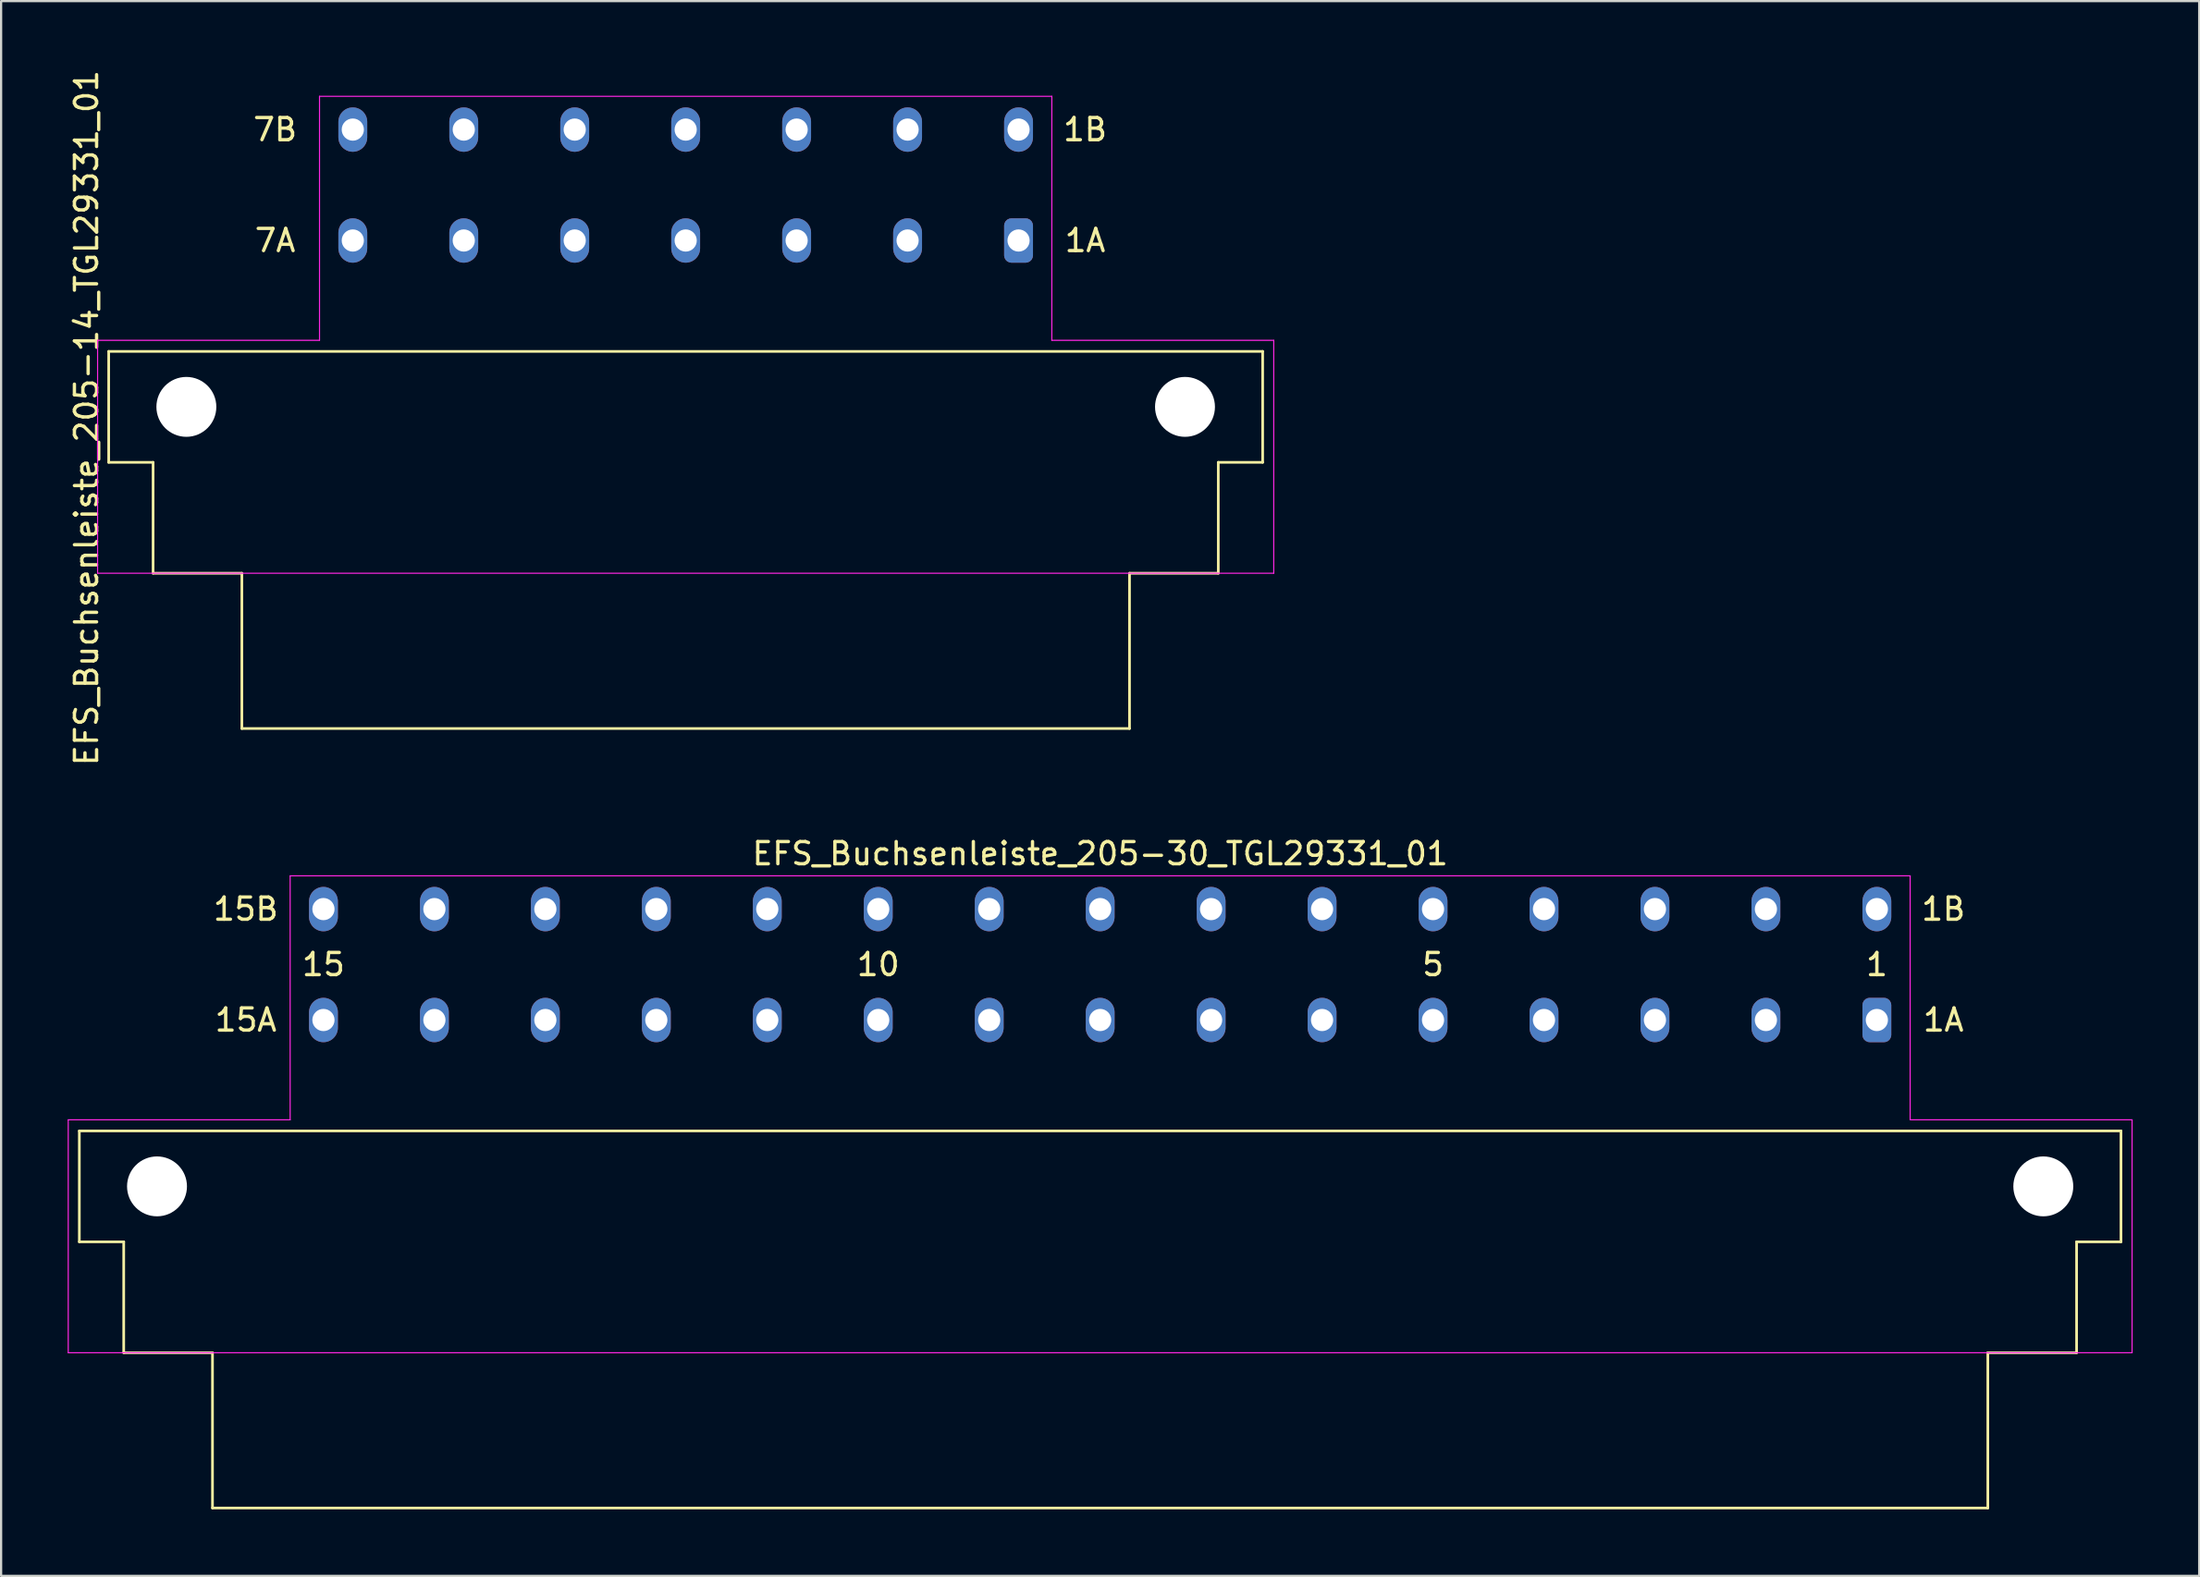
<source format=kicad_pcb>
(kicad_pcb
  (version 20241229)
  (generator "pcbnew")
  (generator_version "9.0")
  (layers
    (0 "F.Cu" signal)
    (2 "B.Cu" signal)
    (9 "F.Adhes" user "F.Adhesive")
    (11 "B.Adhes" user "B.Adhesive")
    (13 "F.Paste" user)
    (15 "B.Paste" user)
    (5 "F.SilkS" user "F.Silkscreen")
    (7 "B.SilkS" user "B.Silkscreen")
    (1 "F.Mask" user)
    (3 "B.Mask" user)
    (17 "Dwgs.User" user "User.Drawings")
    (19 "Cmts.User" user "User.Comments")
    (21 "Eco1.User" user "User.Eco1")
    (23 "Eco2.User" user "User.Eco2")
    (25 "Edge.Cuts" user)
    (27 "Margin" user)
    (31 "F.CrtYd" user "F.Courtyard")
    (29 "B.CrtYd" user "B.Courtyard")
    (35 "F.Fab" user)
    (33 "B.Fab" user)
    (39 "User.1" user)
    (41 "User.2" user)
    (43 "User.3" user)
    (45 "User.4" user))
  (footprint "EFS_Buchsenleiste_205-14_TGL29331_01"
    (layer "F.Cu")
    (at 27.848 20.292)
    (property "Reference" "EFS_Buchsenleiste_205-14_TGL29331_01" (at -27 -4.5 90) (layer "F.SilkS") (effects (font (size 1 1) (thickness 0.15))))
    (attr through_hole)
    (fp_line (start -26 -7.5) (end -26 -2.5) (stroke (width 0.12) (type solid)) (layer "F.SilkS"))
    (fp_line (start -26 -7.5) (end 26 -7.5) (stroke (width 0.12) (type solid)) (layer "F.SilkS"))
    (fp_line (start -26 -2.5) (end -24 -2.5) (stroke (width 0.12) (type solid)) (layer "F.SilkS"))
    (fp_line (start -24 -2.5) (end -24 2.5) (stroke (width 0.12) (type solid)) (layer "F.SilkS"))
    (fp_line (start -24 2.5) (end -20 2.5) (stroke (width 0.12) (type solid)) (layer "F.SilkS"))
    (fp_line (start -20 2.5) (end -20 9.5) (stroke (width 0.12) (type solid)) (layer "F.SilkS"))
    (fp_line (start -20 9.5) (end 20 9.5) (stroke (width 0.12) (type solid)) (layer "F.SilkS"))
    (fp_line (start 20 2.5) (end 24 2.5) (stroke (width 0.12) (type solid)) (layer "F.SilkS"))
    (fp_line (start 20 9.5) (end 20 2.5) (stroke (width 0.12) (type solid)) (layer "F.SilkS"))
    (fp_line (start 24 -2.5) (end 26 -2.5) (stroke (width 0.12) (type solid)) (layer "F.SilkS"))
    (fp_line (start 24 2.5) (end 24 -2.5) (stroke (width 0.12) (type solid)) (layer "F.SilkS"))
    (fp_line (start 26 -2.5) (end 26 -7.5) (stroke (width 0.12) (type solid)) (layer "F.SilkS"))
    (fp_line (start -26.5 2.5) (end -26.5 -8) (stroke (width 0.05) (type solid)) (layer "F.CrtYd"))
    (fp_line (start -16.5 -19) (end 16.5 -19) (stroke (width 0.05) (type solid)) (layer "F.CrtYd"))
    (fp_line (start -16.5 -8) (end -26.5 -8) (stroke (width 0.05) (type solid)) (layer "F.CrtYd"))
    (fp_line (start -16.5 -8) (end -16.5 -19) (stroke (width 0.05) (type solid)) (layer "F.CrtYd"))
    (fp_line (start 16.5 -19) (end 16.5 -8) (stroke (width 0.05) (type solid)) (layer "F.CrtYd"))
    (fp_line (start 16.5 -8) (end 26.5 -8) (stroke (width 0.05) (type solid)) (layer "F.CrtYd"))
    (fp_line (start 26.5 -8) (end 26.5 2.5) (stroke (width 0.05) (type solid)) (layer "F.CrtYd"))
    (fp_line (start 26.5 2.5) (end -26.5 2.5) (stroke (width 0.05) (type solid)) (layer "F.CrtYd"))
    (fp_text user "1A" (at 18 -12.5 0) (layer "F.SilkS") (effects (font (size 1 1) (thickness 0.15))))
    (fp_text user "7B" (at -18.5 -17.5 0) (layer "F.SilkS") (effects (font (size 1 1) (thickness 0.15))))
    (fp_text user "1B" (at 18 -17.5 0) (layer "F.SilkS") (effects (font (size 1 1) (thickness 0.15))))
    (fp_text user "7A" (at -18.5 -12.5 0) (layer "F.SilkS") (effects (font (size 1 1) (thickness 0.15))))
    (pad "" np_thru_hole circle (at -22.5 -5) (size 2.7 2.7) (drill 2.7) (layers "*.Cu" "*.Mask"))
    (pad "" np_thru_hole circle (at 22.5 -5) (size 2.7 2.7) (drill 2.7) (layers "*.Cu" "*.Mask"))
    (pad "1a" thru_hole roundrect (at 15 -12.5) (size 1.3 2) (drill 1) (layers "*.Cu" "*.Mask") (roundrect_rratio 0.25))
    (pad "1b" thru_hole oval (at 15 -17.5) (size 1.3 2) (drill 1) (layers "*.Cu" "*.Mask"))
    (pad "2a" thru_hole oval (at 10 -12.5) (size 1.3 2) (drill 1) (layers "*.Cu" "*.Mask"))
    (pad "2b" thru_hole oval (at 10 -17.5) (size 1.3 2) (drill 1) (layers "*.Cu" "*.Mask"))
    (pad "3a" thru_hole oval (at 5 -12.5) (size 1.3 2) (drill 1) (layers "*.Cu" "*.Mask"))
    (pad "3b" thru_hole oval (at 5 -17.5) (size 1.3 2) (drill 1) (layers "*.Cu" "*.Mask"))
    (pad "4a" thru_hole oval (at 0 -12.5) (size 1.3 2) (drill 1) (layers "*.Cu" "*.Mask"))
    (pad "4b" thru_hole oval (at 0 -17.5) (size 1.3 2) (drill 1) (layers "*.Cu" "*.Mask"))
    (pad "5a" thru_hole oval (at -5 -12.5) (size 1.3 2) (drill 1) (layers "*.Cu" "*.Mask"))
    (pad "5b" thru_hole oval (at -5 -17.5) (size 1.3 2) (drill 1) (layers "*.Cu" "*.Mask"))
    (pad "6a" thru_hole oval (at -10 -12.5) (size 1.3 2) (drill 1) (layers "*.Cu" "*.Mask"))
    (pad "6b" thru_hole oval (at -10 -17.5) (size 1.3 2) (drill 1) (layers "*.Cu" "*.Mask"))
    (pad "7a" thru_hole oval (at -15 -12.5) (size 1.3 2) (drill 1) (layers "*.Cu" "*.Mask"))
    (pad "7b" thru_hole oval (at -15 -17.5) (size 1.3 2) (drill 1) (layers "*.Cu" "*.Mask")))
  (footprint "EFS_Buchsenleiste_205-30_TGL29331_01"
    (layer "F.Cu")
    (at 46.525 55.432)
    (property "Reference" "EFS_Buchsenleiste_205-30_TGL29331_01" (at 0 -20 180) (layer "F.SilkS") (effects (font (size 1 1) (thickness 0.15))))
    (attr through_hole)
    (fp_line (start -46 -7.5) (end -46 -2.5) (stroke (width 0.12) (type solid)) (layer "F.SilkS"))
    (fp_line (start -46 -7.5) (end 46 -7.5) (stroke (width 0.12) (type solid)) (layer "F.SilkS"))
    (fp_line (start -46 -2.5) (end -44 -2.5) (stroke (width 0.12) (type solid)) (layer "F.SilkS"))
    (fp_line (start -44 -2.5) (end -44 2.5) (stroke (width 0.12) (type solid)) (layer "F.SilkS"))
    (fp_line (start -44 2.5) (end -40 2.5) (stroke (width 0.12) (type solid)) (layer "F.SilkS"))
    (fp_line (start -40 2.5) (end -40 9.5) (stroke (width 0.12) (type solid)) (layer "F.SilkS"))
    (fp_line (start -40 9.5) (end 40 9.5) (stroke (width 0.12) (type solid)) (layer "F.SilkS"))
    (fp_line (start 40 2.5) (end 44 2.5) (stroke (width 0.12) (type solid)) (layer "F.SilkS"))
    (fp_line (start 40 9.5) (end 40 2.5) (stroke (width 0.12) (type solid)) (layer "F.SilkS"))
    (fp_line (start 44 -2.5) (end 46 -2.5) (stroke (width 0.12) (type solid)) (layer "F.SilkS"))
    (fp_line (start 44 2.5) (end 44 -2.5) (stroke (width 0.12) (type solid)) (layer "F.SilkS"))
    (fp_line (start 46 -2.5) (end 46 -7.5) (stroke (width 0.12) (type solid)) (layer "F.SilkS"))
    (fp_line (start -46.5 2.5) (end -46.5 -8) (stroke (width 0.05) (type solid)) (layer "F.CrtYd"))
    (fp_line (start -36.5 -19) (end 36.5 -19) (stroke (width 0.05) (type solid)) (layer "F.CrtYd"))
    (fp_line (start -36.5 -8) (end -46.5 -8) (stroke (width 0.05) (type solid)) (layer "F.CrtYd"))
    (fp_line (start -36.5 -8) (end -36.5 -19) (stroke (width 0.05) (type solid)) (layer "F.CrtYd"))
    (fp_line (start 36.5 -19) (end 36.5 -8) (stroke (width 0.05) (type solid)) (layer "F.CrtYd"))
    (fp_line (start 36.5 -8) (end 46.5 -8) (stroke (width 0.05) (type solid)) (layer "F.CrtYd"))
    (fp_line (start 46.5 -8) (end 46.5 2.5) (stroke (width 0.05) (type solid)) (layer "F.CrtYd"))
    (fp_line (start 46.5 2.5) (end -46.5 2.5) (stroke (width 0.05) (type solid)) (layer "F.CrtYd"))
    (fp_text user "1B" (at 38 -17.5 0) (layer "F.SilkS") (effects (font (size 1 1) (thickness 0.15))))
    (fp_text user "1" (at 35 -15 180) (layer "F.SilkS") (effects (font (size 1 1) (thickness 0.15))))
    (fp_text user "15A" (at -38.5 -12.5 0) (layer "F.SilkS") (effects (font (size 1 1) (thickness 0.15))))
    (fp_text user "10" (at -10 -15 180) (layer "F.SilkS") (effects (font (size 1 1) (thickness 0.15))))
    (fp_text user "15B" (at -38.5 -17.5 0) (layer "F.SilkS") (effects (font (size 1 1) (thickness 0.15))))
    (fp_text user "5" (at 15 -15 180) (layer "F.SilkS") (effects (font (size 1 1) (thickness 0.15))))
    (fp_text user "15" (at -35 -15 180) (layer "F.SilkS") (effects (font (size 1 1) (thickness 0.15))))
    (fp_text user "1A" (at 38 -12.5 0) (layer "F.SilkS") (effects (font (size 1 1) (thickness 0.15))))
    (pad "" np_thru_hole circle (at -42.5 -5) (size 2.7 2.7) (drill 2.7) (layers "*.Cu" "*.Mask"))
    (pad "" np_thru_hole circle (at 42.5 -5) (size 2.7 2.7) (drill 2.7) (layers "*.Cu" "*.Mask"))
    (pad "1a" thru_hole roundrect (at 35 -12.5) (size 1.3 2) (drill 1) (layers "*.Cu" "*.Mask") (roundrect_rratio 0.25))
    (pad "1b" thru_hole oval (at 35 -17.5) (size 1.3 2) (drill 1) (layers "*.Cu" "*.Mask"))
    (pad "2a" thru_hole oval (at 30 -12.5) (size 1.3 2) (drill 1) (layers "*.Cu" "*.Mask"))
    (pad "2b" thru_hole oval (at 30 -17.5) (size 1.3 2) (drill 1) (layers "*.Cu" "*.Mask"))
    (pad "3a" thru_hole oval (at 25 -12.5) (size 1.3 2) (drill 1) (layers "*.Cu" "*.Mask"))
    (pad "3b" thru_hole oval (at 25 -17.5) (size 1.3 2) (drill 1) (layers "*.Cu" "*.Mask"))
    (pad "4a" thru_hole oval (at 20 -12.5) (size 1.3 2) (drill 1) (layers "*.Cu" "*.Mask"))
    (pad "4b" thru_hole oval (at 20 -17.5) (size 1.3 2) (drill 1) (layers "*.Cu" "*.Mask"))
    (pad "5a" thru_hole oval (at 15 -12.5) (size 1.3 2) (drill 1) (layers "*.Cu" "*.Mask"))
    (pad "5b" thru_hole oval (at 15 -17.5) (size 1.3 2) (drill 1) (layers "*.Cu" "*.Mask"))
    (pad "6a" thru_hole oval (at 10 -12.5) (size 1.3 2) (drill 1) (layers "*.Cu" "*.Mask"))
    (pad "6b" thru_hole oval (at 10 -17.5) (size 1.3 2) (drill 1) (layers "*.Cu" "*.Mask"))
    (pad "7a" thru_hole oval (at 5 -12.5) (size 1.3 2) (drill 1) (layers "*.Cu" "*.Mask"))
    (pad "7b" thru_hole oval (at 5 -17.5) (size 1.3 2) (drill 1) (layers "*.Cu" "*.Mask"))
    (pad "8a" thru_hole oval (at 0 -12.5) (size 1.3 2) (drill 1) (layers "*.Cu" "*.Mask"))
    (pad "8b" thru_hole oval (at 0 -17.5) (size 1.3 2) (drill 1) (layers "*.Cu" "*.Mask"))
    (pad "9a" thru_hole oval (at -5 -12.5) (size 1.3 2) (drill 1) (layers "*.Cu" "*.Mask"))
    (pad "9b" thru_hole oval (at -5 -17.5) (size 1.3 2) (drill 1) (layers "*.Cu" "*.Mask"))
    (pad "10a" thru_hole oval (at -10 -12.5) (size 1.3 2) (drill 1) (layers "*.Cu" "*.Mask"))
    (pad "10b" thru_hole oval (at -10 -17.5) (size 1.3 2) (drill 1) (layers "*.Cu" "*.Mask"))
    (pad "11a" thru_hole oval (at -15 -12.5) (size 1.3 2) (drill 1) (layers "*.Cu" "*.Mask"))
    (pad "11b" thru_hole oval (at -15 -17.5) (size 1.3 2) (drill 1) (layers "*.Cu" "*.Mask"))
    (pad "12a" thru_hole oval (at -20 -12.5) (size 1.3 2) (drill 1) (layers "*.Cu" "*.Mask"))
    (pad "12b" thru_hole oval (at -20 -17.5) (size 1.3 2) (drill 1) (layers "*.Cu" "*.Mask"))
    (pad "13a" thru_hole oval (at -25 -12.5) (size 1.3 2) (drill 1) (layers "*.Cu" "*.Mask"))
    (pad "13b" thru_hole oval (at -25 -17.5) (size 1.3 2) (drill 1) (layers "*.Cu" "*.Mask"))
    (pad "14a" thru_hole oval (at -30 -12.5) (size 1.3 2) (drill 1) (layers "*.Cu" "*.Mask"))
    (pad "14b" thru_hole oval (at -30 -17.5) (size 1.3 2) (drill 1) (layers "*.Cu" "*.Mask"))
    (pad "15a" thru_hole oval (at -35 -12.5) (size 1.3 2) (drill 1) (layers "*.Cu" "*.Mask"))
    (pad "15b" thru_hole oval (at -35 -17.5) (size 1.3 2) (drill 1) (layers "*.Cu" "*.Mask")))
  (gr_rect
    (start -3 -3)
    (end 96.05 67.992)
    (stroke (width 0.1) (type default))
    (fill no)
    (layer "Edge.Cuts")))
</source>
